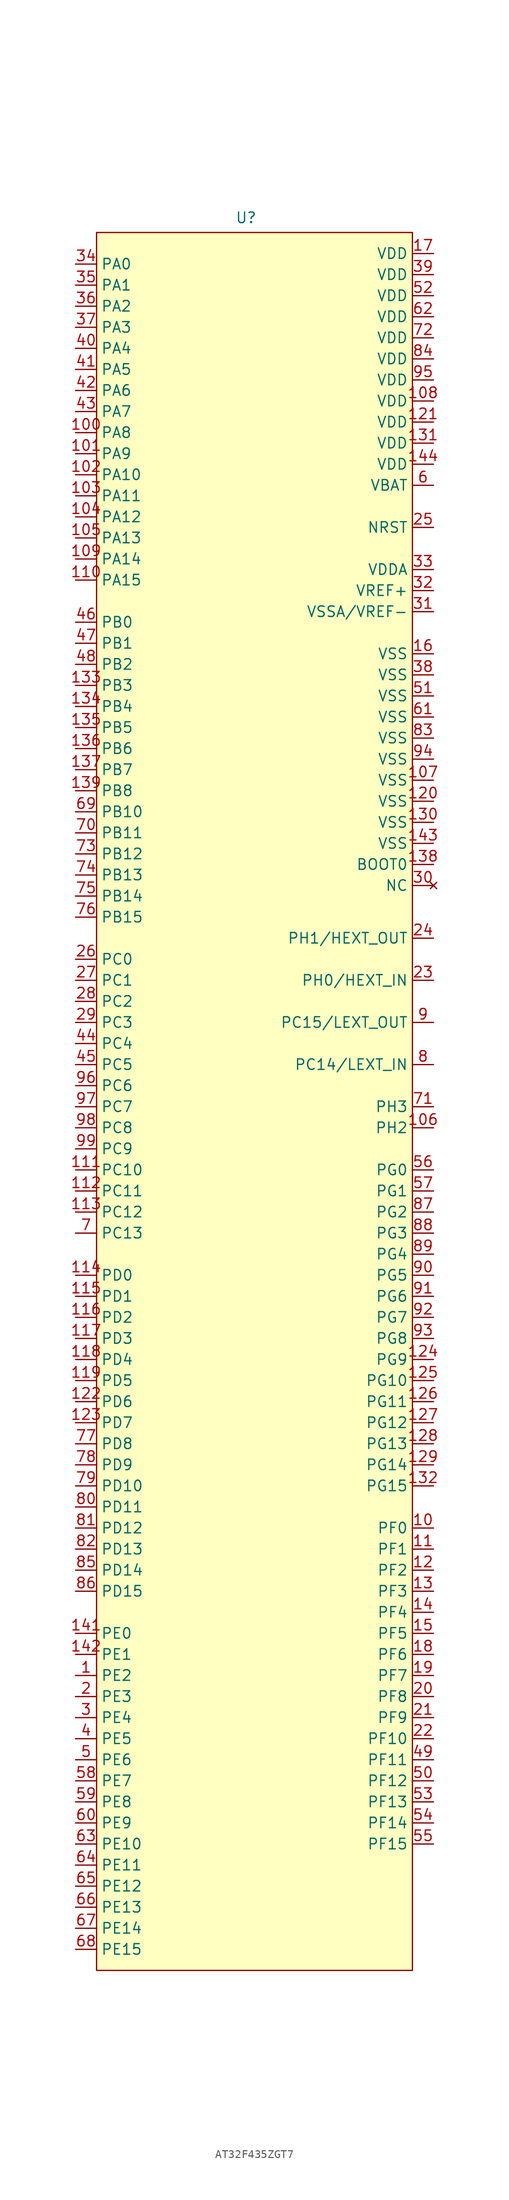
<source format=kicad_sym>
(kicad_symbol_lib
  (version 20231120)
  (generator "kicad_symbol_editor")
  (generator_version "8.0")
  (symbol "AT32F435ZGT7"
    (property "Reference" "U"
      (at -4.826 105.918 0)
      (effects (font (size 1.27 1.27))))
    (property "Value" ""
      (at -4.826 105.918 0)
      (effects (font (size 1.27 1.27))))
    (symbol "AT32F435ZGT7_1_1"
      (rectangle (start -22.86 104.14) (end 15.24 -105.41) (stroke (width 0) (type default)) (fill (type background)))
      (pin input line (at -25.4 -69.85 0) (length 2.54) (name "PE2" (effects (font (size 1.27 1.27)))) (number "1" (effects (font (size 1.27 1.27)))))
      (pin input line (at 17.78 -52.07 180) (length 2.54) (name "PF0" (effects (font (size 1.27 1.27)))) (number "10" (effects (font (size 1.27 1.27)))))
      (pin input line (at -25.4 80.01 0) (length 2.54) (name "PA8" (effects (font (size 1.27 1.27)))) (number "100" (effects (font (size 1.27 1.27)))))
      (pin input line (at -25.4 77.47 0) (length 2.54) (name "PA9" (effects (font (size 1.27 1.27)))) (number "101" (effects (font (size 1.27 1.27)))))
      (pin input line (at -25.4 74.93 0) (length 2.54) (name "PA10" (effects (font (size 1.27 1.27)))) (number "102" (effects (font (size 1.27 1.27)))))
      (pin input line (at -25.4 72.39 0) (length 2.54) (name "PA11" (effects (font (size 1.27 1.27)))) (number "103" (effects (font (size 1.27 1.27)))))
      (pin input line (at -25.4 69.85 0) (length 2.54) (name "PA12" (effects (font (size 1.27 1.27)))) (number "104" (effects (font (size 1.27 1.27)))))
      (pin input line (at -25.4 67.31 0) (length 2.54) (name "PA13" (effects (font (size 1.27 1.27)))) (number "105" (effects (font (size 1.27 1.27)))))
      (pin input line (at 17.78 -3.81 180) (length 2.54) (name "PH2" (effects (font (size 1.27 1.27)))) (number "106" (effects (font (size 1.27 1.27)))))
      (pin input line (at 17.78 38.1 180) (length 2.54) (name "VSS" (effects (font (size 1.27 1.27)))) (number "107" (effects (font (size 1.27 1.27)))))
      (pin input line (at 17.78 83.82 180) (length 2.54) (name "VDD" (effects (font (size 1.27 1.27)))) (number "108" (effects (font (size 1.27 1.27)))))
      (pin input line (at -25.4 64.77 0) (length 2.54) (name "PA14" (effects (font (size 1.27 1.27)))) (number "109" (effects (font (size 1.27 1.27)))))
      (pin input line (at 17.78 -54.61 180) (length 2.54) (name "PF1" (effects (font (size 1.27 1.27)))) (number "11" (effects (font (size 1.27 1.27)))))
      (pin input line (at -25.4 62.23 0) (length 2.54) (name "PA15" (effects (font (size 1.27 1.27)))) (number "110" (effects (font (size 1.27 1.27)))))
      (pin input line (at -25.4 -8.89 0) (length 2.54) (name "PC10" (effects (font (size 1.27 1.27)))) (number "111" (effects (font (size 1.27 1.27)))))
      (pin input line (at -25.4 -11.43 0) (length 2.54) (name "PC11" (effects (font (size 1.27 1.27)))) (number "112" (effects (font (size 1.27 1.27)))))
      (pin input line (at -25.4 -13.97 0) (length 2.54) (name "PC12" (effects (font (size 1.27 1.27)))) (number "113" (effects (font (size 1.27 1.27)))))
      (pin input line (at -25.4 -21.59 0) (length 2.54) (name "PD0" (effects (font (size 1.27 1.27)))) (number "114" (effects (font (size 1.27 1.27)))))
      (pin input line (at -25.4 -24.13 0) (length 2.54) (name "PD1" (effects (font (size 1.27 1.27)))) (number "115" (effects (font (size 1.27 1.27)))))
      (pin input line (at -25.4 -26.67 0) (length 2.54) (name "PD2" (effects (font (size 1.27 1.27)))) (number "116" (effects (font (size 1.27 1.27)))))
      (pin input line (at -25.4 -29.21 0) (length 2.54) (name "PD3" (effects (font (size 1.27 1.27)))) (number "117" (effects (font (size 1.27 1.27)))))
      (pin input line (at -25.4 -31.75 0) (length 2.54) (name "PD4" (effects (font (size 1.27 1.27)))) (number "118" (effects (font (size 1.27 1.27)))))
      (pin input line (at -25.4 -34.29 0) (length 2.54) (name "PD5" (effects (font (size 1.27 1.27)))) (number "119" (effects (font (size 1.27 1.27)))))
      (pin input line (at 17.78 -57.15 180) (length 2.54) (name "PF2" (effects (font (size 1.27 1.27)))) (number "12" (effects (font (size 1.27 1.27)))))
      (pin input line (at 17.78 35.56 180) (length 2.54) (name "VSS" (effects (font (size 1.27 1.27)))) (number "120" (effects (font (size 1.27 1.27)))))
      (pin input line (at 17.78 81.28 180) (length 2.54) (name "VDD" (effects (font (size 1.27 1.27)))) (number "121" (effects (font (size 1.27 1.27)))))
      (pin input line (at -25.4 -36.83 0) (length 2.54) (name "PD6" (effects (font (size 1.27 1.27)))) (number "122" (effects (font (size 1.27 1.27)))))
      (pin input line (at -25.4 -39.37 0) (length 2.54) (name "PD7" (effects (font (size 1.27 1.27)))) (number "123" (effects (font (size 1.27 1.27)))))
      (pin input line (at 17.78 -31.75 180) (length 2.54) (name "PG9" (effects (font (size 1.27 1.27)))) (number "124" (effects (font (size 1.27 1.27)))))
      (pin input line (at 17.78 -34.29 180) (length 2.54) (name "PG10" (effects (font (size 1.27 1.27)))) (number "125" (effects (font (size 1.27 1.27)))))
      (pin input line (at 17.78 -36.83 180) (length 2.54) (name "PG11" (effects (font (size 1.27 1.27)))) (number "126" (effects (font (size 1.27 1.27)))))
      (pin input line (at 17.78 -39.37 180) (length 2.54) (name "PG12" (effects (font (size 1.27 1.27)))) (number "127" (effects (font (size 1.27 1.27)))))
      (pin input line (at 17.78 -41.91 180) (length 2.54) (name "PG13" (effects (font (size 1.27 1.27)))) (number "128" (effects (font (size 1.27 1.27)))))
      (pin input line (at 17.78 -44.45 180) (length 2.54) (name "PG14" (effects (font (size 1.27 1.27)))) (number "129" (effects (font (size 1.27 1.27)))))
      (pin input line (at 17.78 -59.69 180) (length 2.54) (name "PF3" (effects (font (size 1.27 1.27)))) (number "13" (effects (font (size 1.27 1.27)))))
      (pin input line (at 17.78 33.02 180) (length 2.54) (name "VSS" (effects (font (size 1.27 1.27)))) (number "130" (effects (font (size 1.27 1.27)))))
      (pin input line (at 17.78 78.74 180) (length 2.54) (name "VDD" (effects (font (size 1.27 1.27)))) (number "131" (effects (font (size 1.27 1.27)))))
      (pin input line (at 17.78 -46.99 180) (length 2.54) (name "PG15" (effects (font (size 1.27 1.27)))) (number "132" (effects (font (size 1.27 1.27)))))
      (pin input line (at -25.4 49.53 0) (length 2.54) (name "PB3" (effects (font (size 1.27 1.27)))) (number "133" (effects (font (size 1.27 1.27)))))
      (pin input line (at -25.4 46.99 0) (length 2.54) (name "PB4" (effects (font (size 1.27 1.27)))) (number "134" (effects (font (size 1.27 1.27)))))
      (pin input line (at -25.4 44.45 0) (length 2.54) (name "PB5" (effects (font (size 1.27 1.27)))) (number "135" (effects (font (size 1.27 1.27)))))
      (pin input line (at -25.4 41.91 0) (length 2.54) (name "PB6" (effects (font (size 1.27 1.27)))) (number "136" (effects (font (size 1.27 1.27)))))
      (pin input line (at -25.4 39.37 0) (length 2.54) (name "PB7" (effects (font (size 1.27 1.27)))) (number "137" (effects (font (size 1.27 1.27)))))
      (pin input line (at 17.78 27.94 180) (length 2.54) (name "BOOT0" (effects (font (size 1.27 1.27)))) (number "138" (effects (font (size 1.27 1.27)))))
      (pin input line (at -25.4 36.83 0) (length 2.54) (name "PB8" (effects (font (size 1.27 1.27)))) (number "139" (effects (font (size 1.27 1.27)))))
      (pin input line (at 17.78 -62.23 180) (length 2.54) (name "PF4" (effects (font (size 1.27 1.27)))) (number "14" (effects (font (size 1.27 1.27)))))
      (pin input line (at -25.4 -64.77 0) (length 2.54) (name "PE0" (effects (font (size 1.27 1.27)))) (number "141" (effects (font (size 1.27 1.27)))))
      (pin input line (at -25.4 -67.31 0) (length 2.54) (name "PE1" (effects (font (size 1.27 1.27)))) (number "142" (effects (font (size 1.27 1.27)))))
      (pin input line (at 17.78 30.48 180) (length 2.54) (name "VSS" (effects (font (size 1.27 1.27)))) (number "143" (effects (font (size 1.27 1.27)))))
      (pin input line (at 17.78 76.2 180) (length 2.54) (name "VDD" (effects (font (size 1.27 1.27)))) (number "144" (effects (font (size 1.27 1.27)))))
      (pin input line (at 17.78 -64.77 180) (length 2.54) (name "PF5" (effects (font (size 1.27 1.27)))) (number "15" (effects (font (size 1.27 1.27)))))
      (pin input line (at 17.78 53.34 180) (length 2.54) (name "VSS" (effects (font (size 1.27 1.27)))) (number "16" (effects (font (size 1.27 1.27)))))
      (pin input line (at 17.78 101.6 180) (length 2.54) (name "VDD" (effects (font (size 1.27 1.27)))) (number "17" (effects (font (size 1.27 1.27)))))
      (pin input line (at 17.78 -67.31 180) (length 2.54) (name "PF6" (effects (font (size 1.27 1.27)))) (number "18" (effects (font (size 1.27 1.27)))))
      (pin input line (at 17.78 -69.85 180) (length 2.54) (name "PF7" (effects (font (size 1.27 1.27)))) (number "19" (effects (font (size 1.27 1.27)))))
      (pin input line (at -25.4 -72.39 0) (length 2.54) (name "PE3" (effects (font (size 1.27 1.27)))) (number "2" (effects (font (size 1.27 1.27)))))
      (pin input line (at 17.78 -72.39 180) (length 2.54) (name "PF8" (effects (font (size 1.27 1.27)))) (number "20" (effects (font (size 1.27 1.27)))))
      (pin input line (at 17.78 -74.93 180) (length 2.54) (name "PF9" (effects (font (size 1.27 1.27)))) (number "21" (effects (font (size 1.27 1.27)))))
      (pin input line (at 17.78 -77.47 180) (length 2.54) (name "PF10" (effects (font (size 1.27 1.27)))) (number "22" (effects (font (size 1.27 1.27)))))
      (pin input line (at 17.78 13.97 180) (length 2.54) (name "PH0/HEXT_IN" (effects (font (size 1.27 1.27)))) (number "23" (effects (font (size 1.27 1.27)))))
      (pin input line (at 17.78 19.05 180) (length 2.54) (name "PH1/HEXT_OUT" (effects (font (size 1.27 1.27)))) (number "24" (effects (font (size 1.27 1.27)))))
      (pin input line (at 17.78 68.58 180) (length 2.54) (name "NRST" (effects (font (size 1.27 1.27)))) (number "25" (effects (font (size 1.27 1.27)))))
      (pin input line (at -25.4 16.51 0) (length 2.54) (name "PC0" (effects (font (size 1.27 1.27)))) (number "26" (effects (font (size 1.27 1.27)))))
      (pin input line (at -25.4 13.97 0) (length 2.54) (name "PC1" (effects (font (size 1.27 1.27)))) (number "27" (effects (font (size 1.27 1.27)))))
      (pin input line (at -25.4 11.43 0) (length 2.54) (name "PC2" (effects (font (size 1.27 1.27)))) (number "28" (effects (font (size 1.27 1.27)))))
      (pin input line (at -25.4 8.89 0) (length 2.54) (name "PC3" (effects (font (size 1.27 1.27)))) (number "29" (effects (font (size 1.27 1.27)))))
      (pin input line (at -25.4 -74.93 0) (length 2.54) (name "PE4" (effects (font (size 1.27 1.27)))) (number "3" (effects (font (size 1.27 1.27)))))
      (pin no_connect line (at 17.78 25.4 180) (length 2.54) (name "NC" (effects (font (size 1.27 1.27)))) (number "30" (effects (font (size 1.27 1.27)))))
      (pin input line (at 17.78 58.42 180) (length 2.54) (name "VSSA/VREF-" (effects (font (size 1.27 1.27)))) (number "31" (effects (font (size 1.27 1.27)))))
      (pin input line (at 17.78 60.96 180) (length 2.54) (name "VREF+" (effects (font (size 1.27 1.27)))) (number "32" (effects (font (size 1.27 1.27)))))
      (pin input line (at 17.78 63.5 180) (length 2.54) (name "VDDA" (effects (font (size 1.27 1.27)))) (number "33" (effects (font (size 1.27 1.27)))))
      (pin input line (at -25.4 100.33 0) (length 2.54) (name "PA0" (effects (font (size 1.27 1.27)))) (number "34" (effects (font (size 1.27 1.27)))))
      (pin input line (at -25.4 97.79 0) (length 2.54) (name "PA1" (effects (font (size 1.27 1.27)))) (number "35" (effects (font (size 1.27 1.27)))))
      (pin input line (at -25.4 95.25 0) (length 2.54) (name "PA2" (effects (font (size 1.27 1.27)))) (number "36" (effects (font (size 1.27 1.27)))))
      (pin input line (at -25.4 92.71 0) (length 2.54) (name "PA3" (effects (font (size 1.27 1.27)))) (number "37" (effects (font (size 1.27 1.27)))))
      (pin input line (at 17.78 50.8 180) (length 2.54) (name "VSS" (effects (font (size 1.27 1.27)))) (number "38" (effects (font (size 1.27 1.27)))))
      (pin input line (at 17.78 99.06 180) (length 2.54) (name "VDD" (effects (font (size 1.27 1.27)))) (number "39" (effects (font (size 1.27 1.27)))))
      (pin input line (at -25.4 -77.47 0) (length 2.54) (name "PE5" (effects (font (size 1.27 1.27)))) (number "4" (effects (font (size 1.27 1.27)))))
      (pin input line (at -25.4 90.17 0) (length 2.54) (name "PA4" (effects (font (size 1.27 1.27)))) (number "40" (effects (font (size 1.27 1.27)))))
      (pin input line (at -25.4 87.63 0) (length 2.54) (name "PA5" (effects (font (size 1.27 1.27)))) (number "41" (effects (font (size 1.27 1.27)))))
      (pin input line (at -25.4 85.09 0) (length 2.54) (name "PA6" (effects (font (size 1.27 1.27)))) (number "42" (effects (font (size 1.27 1.27)))))
      (pin input line (at -25.4 82.55 0) (length 2.54) (name "PA7" (effects (font (size 1.27 1.27)))) (number "43" (effects (font (size 1.27 1.27)))))
      (pin input line (at -25.4 6.35 0) (length 2.54) (name "PC4" (effects (font (size 1.27 1.27)))) (number "44" (effects (font (size 1.27 1.27)))))
      (pin input line (at -25.4 3.81 0) (length 2.54) (name "PC5" (effects (font (size 1.27 1.27)))) (number "45" (effects (font (size 1.27 1.27)))))
      (pin input line (at -25.4 57.15 0) (length 2.54) (name "PB0" (effects (font (size 1.27 1.27)))) (number "46" (effects (font (size 1.27 1.27)))))
      (pin input line (at -25.4 54.61 0) (length 2.54) (name "PB1" (effects (font (size 1.27 1.27)))) (number "47" (effects (font (size 1.27 1.27)))))
      (pin input line (at -25.4 52.07 0) (length 2.54) (name "PB2" (effects (font (size 1.27 1.27)))) (number "48" (effects (font (size 1.27 1.27)))))
      (pin input line (at 17.78 -80.01 180) (length 2.54) (name "PF11" (effects (font (size 1.27 1.27)))) (number "49" (effects (font (size 1.27 1.27)))))
      (pin input line (at -25.4 -80.01 0) (length 2.54) (name "PE6" (effects (font (size 1.27 1.27)))) (number "5" (effects (font (size 1.27 1.27)))))
      (pin input line (at 17.78 -82.55 180) (length 2.54) (name "PF12" (effects (font (size 1.27 1.27)))) (number "50" (effects (font (size 1.27 1.27)))))
      (pin input line (at 17.78 48.26 180) (length 2.54) (name "VSS" (effects (font (size 1.27 1.27)))) (number "51" (effects (font (size 1.27 1.27)))))
      (pin input line (at 17.78 96.52 180) (length 2.54) (name "VDD" (effects (font (size 1.27 1.27)))) (number "52" (effects (font (size 1.27 1.27)))))
      (pin input line (at 17.78 -85.09 180) (length 2.54) (name "PF13" (effects (font (size 1.27 1.27)))) (number "53" (effects (font (size 1.27 1.27)))))
      (pin input line (at 17.78 -87.63 180) (length 2.54) (name "PF14" (effects (font (size 1.27 1.27)))) (number "54" (effects (font (size 1.27 1.27)))))
      (pin input line (at 17.78 -90.17 180) (length 2.54) (name "PF15" (effects (font (size 1.27 1.27)))) (number "55" (effects (font (size 1.27 1.27)))))
      (pin input line (at 17.78 -8.89 180) (length 2.54) (name "PG0" (effects (font (size 1.27 1.27)))) (number "56" (effects (font (size 1.27 1.27)))))
      (pin input line (at 17.78 -11.43 180) (length 2.54) (name "PG1" (effects (font (size 1.27 1.27)))) (number "57" (effects (font (size 1.27 1.27)))))
      (pin input line (at -25.4 -82.55 0) (length 2.54) (name "PE7" (effects (font (size 1.27 1.27)))) (number "58" (effects (font (size 1.27 1.27)))))
      (pin input line (at -25.4 -85.09 0) (length 2.54) (name "PE8" (effects (font (size 1.27 1.27)))) (number "59" (effects (font (size 1.27 1.27)))))
      (pin input line (at 17.78 73.66 180) (length 2.54) (name "VBAT" (effects (font (size 1.27 1.27)))) (number "6" (effects (font (size 1.27 1.27)))))
      (pin input line (at -25.4 -87.63 0) (length 2.54) (name "PE9" (effects (font (size 1.27 1.27)))) (number "60" (effects (font (size 1.27 1.27)))))
      (pin input line (at 17.78 45.72 180) (length 2.54) (name "VSS" (effects (font (size 1.27 1.27)))) (number "61" (effects (font (size 1.27 1.27)))))
      (pin input line (at 17.78 93.98 180) (length 2.54) (name "VDD" (effects (font (size 1.27 1.27)))) (number "62" (effects (font (size 1.27 1.27)))))
      (pin input line (at -25.4 -90.17 0) (length 2.54) (name "PE10" (effects (font (size 1.27 1.27)))) (number "63" (effects (font (size 1.27 1.27)))))
      (pin input line (at -25.4 -92.71 0) (length 2.54) (name "PE11" (effects (font (size 1.27 1.27)))) (number "64" (effects (font (size 1.27 1.27)))))
      (pin input line (at -25.4 -95.25 0) (length 2.54) (name "PE12" (effects (font (size 1.27 1.27)))) (number "65" (effects (font (size 1.27 1.27)))))
      (pin input line (at -25.4 -97.79 0) (length 2.54) (name "PE13" (effects (font (size 1.27 1.27)))) (number "66" (effects (font (size 1.27 1.27)))))
      (pin input line (at -25.4 -100.33 0) (length 2.54) (name "PE14" (effects (font (size 1.27 1.27)))) (number "67" (effects (font (size 1.27 1.27)))))
      (pin input line (at -25.4 -102.87 0) (length 2.54) (name "PE15" (effects (font (size 1.27 1.27)))) (number "68" (effects (font (size 1.27 1.27)))))
      (pin input line (at -25.4 34.29 0) (length 2.54) (name "PB10" (effects (font (size 1.27 1.27)))) (number "69" (effects (font (size 1.27 1.27)))))
      (pin input line (at -25.4 -16.51 0) (length 2.54) (name "PC13" (effects (font (size 1.27 1.27)))) (number "7" (effects (font (size 1.27 1.27)))))
      (pin input line (at -25.4 31.75 0) (length 2.54) (name "PB11" (effects (font (size 1.27 1.27)))) (number "70" (effects (font (size 1.27 1.27)))))
      (pin input line (at 17.78 -1.27 180) (length 2.54) (name "PH3" (effects (font (size 1.27 1.27)))) (number "71" (effects (font (size 1.27 1.27)))))
      (pin input line (at 17.78 91.44 180) (length 2.54) (name "VDD" (effects (font (size 1.27 1.27)))) (number "72" (effects (font (size 1.27 1.27)))))
      (pin input line (at -25.4 29.21 0) (length 2.54) (name "PB12" (effects (font (size 1.27 1.27)))) (number "73" (effects (font (size 1.27 1.27)))))
      (pin input line (at -25.4 26.67 0) (length 2.54) (name "PB13" (effects (font (size 1.27 1.27)))) (number "74" (effects (font (size 1.27 1.27)))))
      (pin input line (at -25.4 24.13 0) (length 2.54) (name "PB14" (effects (font (size 1.27 1.27)))) (number "75" (effects (font (size 1.27 1.27)))))
      (pin input line (at -25.4 21.59 0) (length 2.54) (name "PB15" (effects (font (size 1.27 1.27)))) (number "76" (effects (font (size 1.27 1.27)))))
      (pin input line (at -25.4 -41.91 0) (length 2.54) (name "PD8" (effects (font (size 1.27 1.27)))) (number "77" (effects (font (size 1.27 1.27)))))
      (pin input line (at -25.4 -44.45 0) (length 2.54) (name "PD9" (effects (font (size 1.27 1.27)))) (number "78" (effects (font (size 1.27 1.27)))))
      (pin input line (at -25.4 -46.99 0) (length 2.54) (name "PD10" (effects (font (size 1.27 1.27)))) (number "79" (effects (font (size 1.27 1.27)))))
      (pin input line (at 17.78 3.81 180) (length 2.54) (name "PC14/LEXT_IN" (effects (font (size 1.27 1.27)))) (number "8" (effects (font (size 1.27 1.27)))))
      (pin input line (at -25.4 -49.53 0) (length 2.54) (name "PD11" (effects (font (size 1.27 1.27)))) (number "80" (effects (font (size 1.27 1.27)))))
      (pin input line (at -25.4 -52.07 0) (length 2.54) (name "PD12" (effects (font (size 1.27 1.27)))) (number "81" (effects (font (size 1.27 1.27)))))
      (pin input line (at -25.4 -54.61 0) (length 2.54) (name "PD13" (effects (font (size 1.27 1.27)))) (number "82" (effects (font (size 1.27 1.27)))))
      (pin input line (at 17.78 43.18 180) (length 2.54) (name "VSS" (effects (font (size 1.27 1.27)))) (number "83" (effects (font (size 1.27 1.27)))))
      (pin input line (at 17.78 88.9 180) (length 2.54) (name "VDD" (effects (font (size 1.27 1.27)))) (number "84" (effects (font (size 1.27 1.27)))))
      (pin input line (at -25.4 -57.15 0) (length 2.54) (name "PD14" (effects (font (size 1.27 1.27)))) (number "85" (effects (font (size 1.27 1.27)))))
      (pin input line (at -25.4 -59.69 0) (length 2.54) (name "PD15" (effects (font (size 1.27 1.27)))) (number "86" (effects (font (size 1.27 1.27)))))
      (pin input line (at 17.78 -13.97 180) (length 2.54) (name "PG2" (effects (font (size 1.27 1.27)))) (number "87" (effects (font (size 1.27 1.27)))))
      (pin input line (at 17.78 -16.51 180) (length 2.54) (name "PG3" (effects (font (size 1.27 1.27)))) (number "88" (effects (font (size 1.27 1.27)))))
      (pin input line (at 17.78 -19.05 180) (length 2.54) (name "PG4" (effects (font (size 1.27 1.27)))) (number "89" (effects (font (size 1.27 1.27)))))
      (pin input line (at 17.78 8.89 180) (length 2.54) (name "PC15/LEXT_OUT" (effects (font (size 1.27 1.27)))) (number "9" (effects (font (size 1.27 1.27)))))
      (pin input line (at 17.78 -21.59 180) (length 2.54) (name "PG5" (effects (font (size 1.27 1.27)))) (number "90" (effects (font (size 1.27 1.27)))))
      (pin input line (at 17.78 -24.13 180) (length 2.54) (name "PG6" (effects (font (size 1.27 1.27)))) (number "91" (effects (font (size 1.27 1.27)))))
      (pin input line (at 17.78 -26.67 180) (length 2.54) (name "PG7" (effects (font (size 1.27 1.27)))) (number "92" (effects (font (size 1.27 1.27)))))
      (pin input line (at 17.78 -29.21 180) (length 2.54) (name "PG8" (effects (font (size 1.27 1.27)))) (number "93" (effects (font (size 1.27 1.27)))))
      (pin input line (at 17.78 40.64 180) (length 2.54) (name "VSS" (effects (font (size 1.27 1.27)))) (number "94" (effects (font (size 1.27 1.27)))))
      (pin input line (at 17.78 86.36 180) (length 2.54) (name "VDD" (effects (font (size 1.27 1.27)))) (number "95" (effects (font (size 1.27 1.27)))))
      (pin input line (at -25.4 1.27 0) (length 2.54) (name "PC6" (effects (font (size 1.27 1.27)))) (number "96" (effects (font (size 1.27 1.27)))))
      (pin input line (at -25.4 -1.27 0) (length 2.54) (name "PC7" (effects (font (size 1.27 1.27)))) (number "97" (effects (font (size 1.27 1.27)))))
      (pin input line (at -25.4 -3.81 0) (length 2.54) (name "PC8" (effects (font (size 1.27 1.27)))) (number "98" (effects (font (size 1.27 1.27)))))
      (pin input line (at -25.4 -6.35 0) (length 2.54) (name "PC9" (effects (font (size 1.27 1.27)))) (number "99" (effects (font (size 1.27 1.27))))))))
</source>
